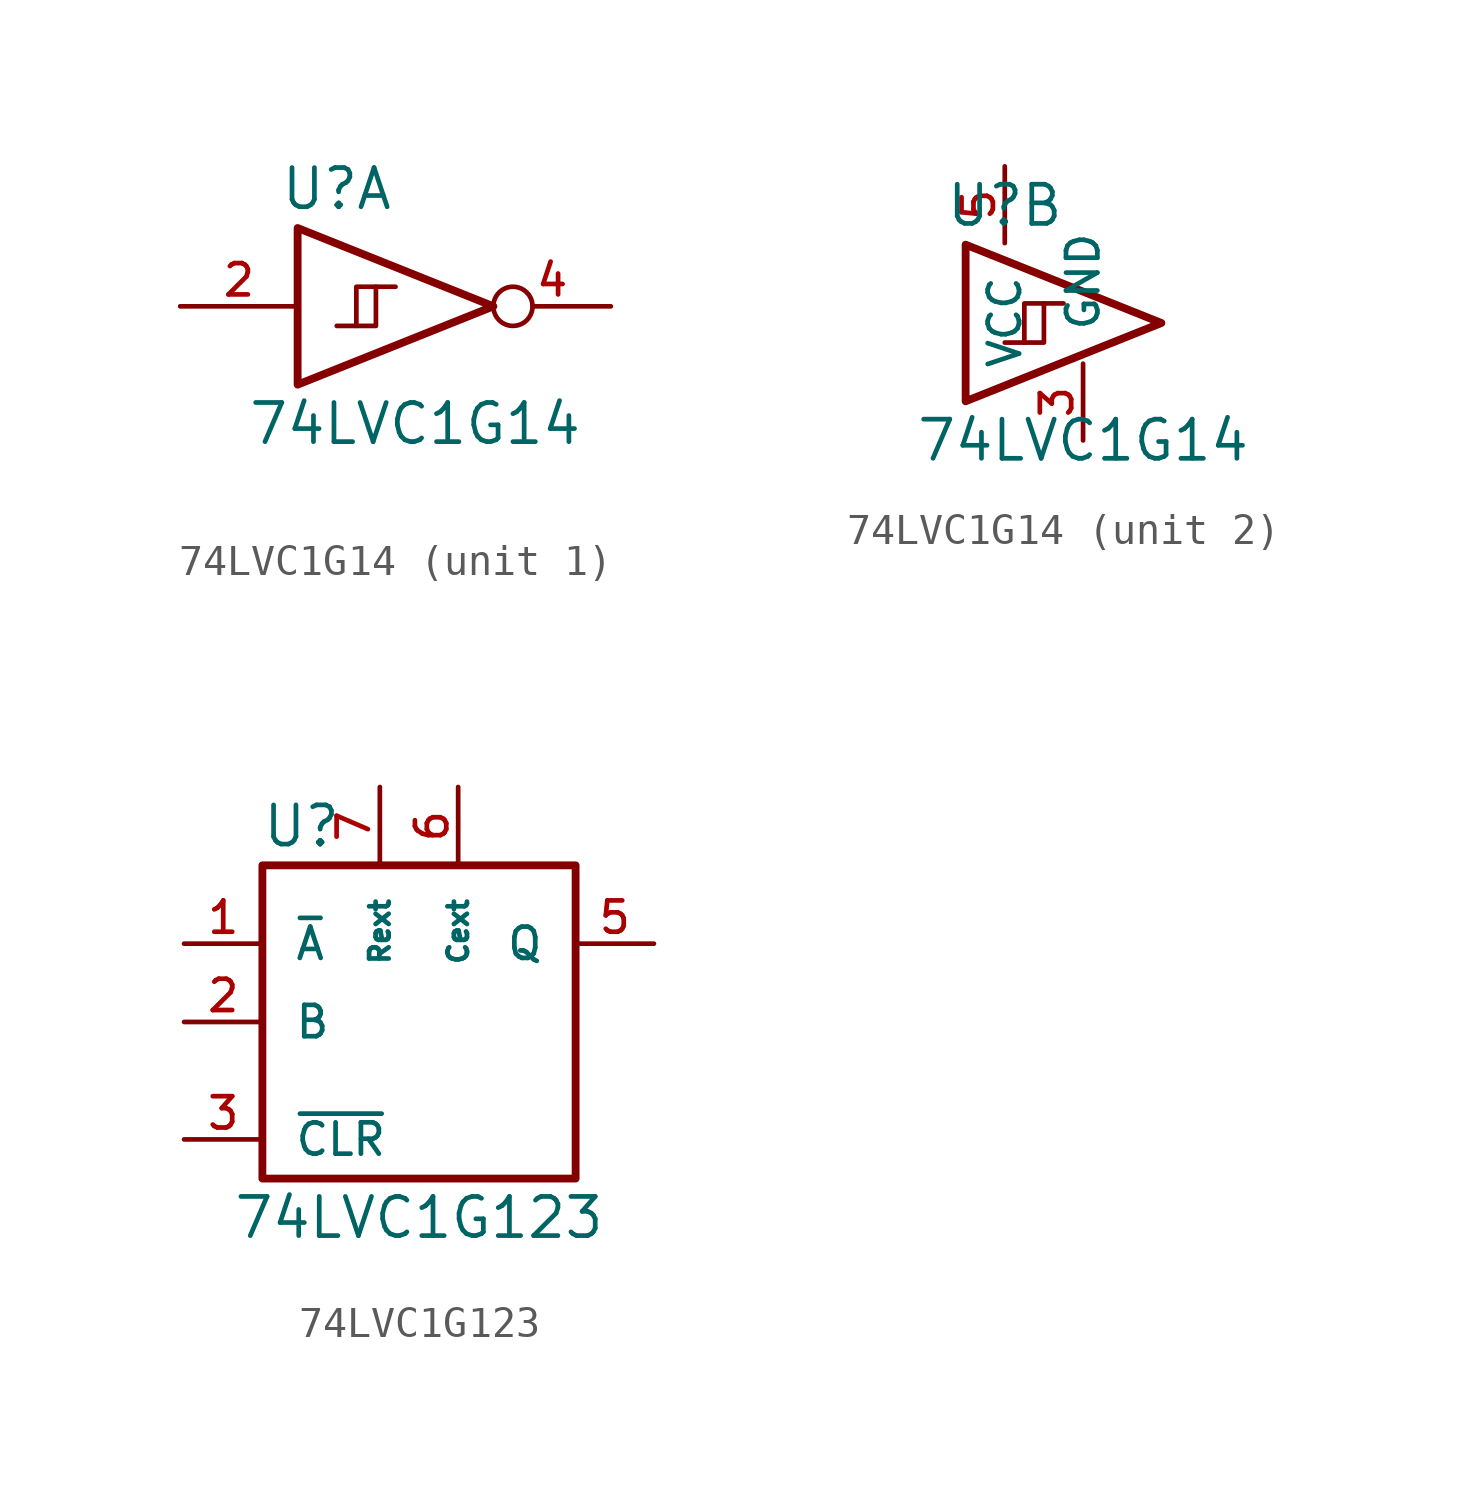
<source format=kicad_sym>
(kicad_symbol_lib
  (version 20211014)
  (generator kicad_symbol_editor)
  (symbol "74LVC1G14"
    (pin_names
      (offset 1.016))
    (property "Reference" "U"
      (at -2.54 3.81 0)
      (effects (font (size 1.27 1.27))))
    (property "Value" "74LVC1G14"
      (at 0 -3.81 0)
      (effects (font (size 1.27 1.27))))
    (symbol "74LVC1G14_0_1"
      (polyline (pts (xy -1.905 -0.635) (xy -1.27 -0.635) (xy -1.27 0.635)) (stroke (width 0) (type default) (color 0 0 0 0)) (fill (type none)))
      (polyline (pts (xy -3.81 2.54) (xy -3.81 -2.54) (xy 2.54 0) (xy -3.81 2.54)) (stroke (width 0.254) (type default) (color 0 0 0 0)) (fill (type none)))
      (polyline (pts (xy -2.54 -0.635) (xy -1.905 -0.635) (xy -1.905 0.635) (xy -0.635 0.635)) (stroke (width 0) (type default) (color 0 0 0 0)) (fill (type none))))
    (symbol "74LVC1G14_1_1"
      (pin input line (at -7.62 0 0) (length 3.81) (name "~" (effects (font (size 1.016 1.016)))) (number "2" (effects (font (size 1.016 1.016)))))
      (pin power_in line (at 0 -3.81 270) (length 2.489) hide (name "GND" (effects (font (size 1.016 1.016)))) (number "3" (effects (font (size 1.016 1.016)))))
      (pin output inverted (at 6.35 0 180) (length 3.81) (name "~" (effects (font (size 1.016 1.016)))) (number "4" (effects (font (size 1.016 1.016)))))
      (pin power_in line (at 0 2.54 90) (length 0) hide (name "VCC" (effects (font (size 1.016 1.016)))) (number "5" (effects (font (size 1.016 1.016))))))
    (symbol "74LVC1G14_2_1"
      (pin input line (at -7.62 0 0) (length 3.81) hide (name "~" (effects (font (size 1.016 1.016)))) (number "2" (effects (font (size 1.016 1.016)))))
      (pin power_in line (at 0 -3.81 90) (length 2.489) (name "GND" (effects (font (size 1.016 1.016)))) (number "3" (effects (font (size 1.016 1.016)))))
      (pin output inverted (at 6.35 0 180) (length 3.81) hide (name "~" (effects (font (size 1.016 1.016)))) (number "4" (effects (font (size 1.016 1.016)))))
      (pin power_in line (at -2.54 5.08 270) (length 2.489) (name "VCC" (effects (font (size 1.016 1.016)))) (number "5" (effects (font (size 1.016 1.016)))))))
  (symbol "74LVC1G123"
    (pin_names
      (offset 1.016))
    (property "Reference" "U"
      (at -3.81 6.35 0)
      (effects (font (size 1.27 1.27))))
    (property "Value" "74LVC1G123"
      (at 0 -6.35 0)
      (effects (font (size 1.27 1.27))))
    (symbol "74LVC1G123_0_1"
      (rectangle (start -5.08 5.08) (end 5.08 -5.08) (stroke (width 0.254) (type default) (color 0 0 0 0)) (fill (type none))))
    (symbol "74LVC1G123_1_1"
      (pin input line (at -7.62 2.54 0) (length 2.54) (name "~{A}" (effects (font (size 1.016 1.016)))) (number "1" (effects (font (size 1.016 1.016)))))
      (pin input line (at -7.62 0 0) (length 2.54) (name "B" (effects (font (size 1.016 1.016)))) (number "2" (effects (font (size 1.016 1.016)))))
      (pin input line (at -7.62 -3.81 0) (length 2.54) (name "~{CLR}" (effects (font (size 1.016 1.016)))) (number "3" (effects (font (size 1.016 1.016)))))
      (pin power_in line (at 5.08 -5.08 270) (length 0) hide (name "GND" (effects (font (size 1.016 1.016)))) (number "4" (effects (font (size 1.016 1.016)))))
      (pin output line (at 7.62 2.54 180) (length 2.54) (name "Q" (effects (font (size 1.016 1.016)))) (number "5" (effects (font (size 1.016 1.016)))))
      (pin input line (at 1.27 7.62 270) (length 2.54) (name "Cext" (effects (font (size 0.635 0.635)))) (number "6" (effects (font (size 1.016 1.016)))))
      (pin input line (at -1.27 7.62 270) (length 2.54) (name "Rext" (effects (font (size 0.635 0.635)))) (number "7" (effects (font (size 1.016 1.016)))))
      (pin power_in line (at 5.08 5.08 90) (length 0) hide (name "VCC" (effects (font (size 1.016 1.016)))) (number "8" (effects (font (size 1.016 1.016))))))))
</source>
